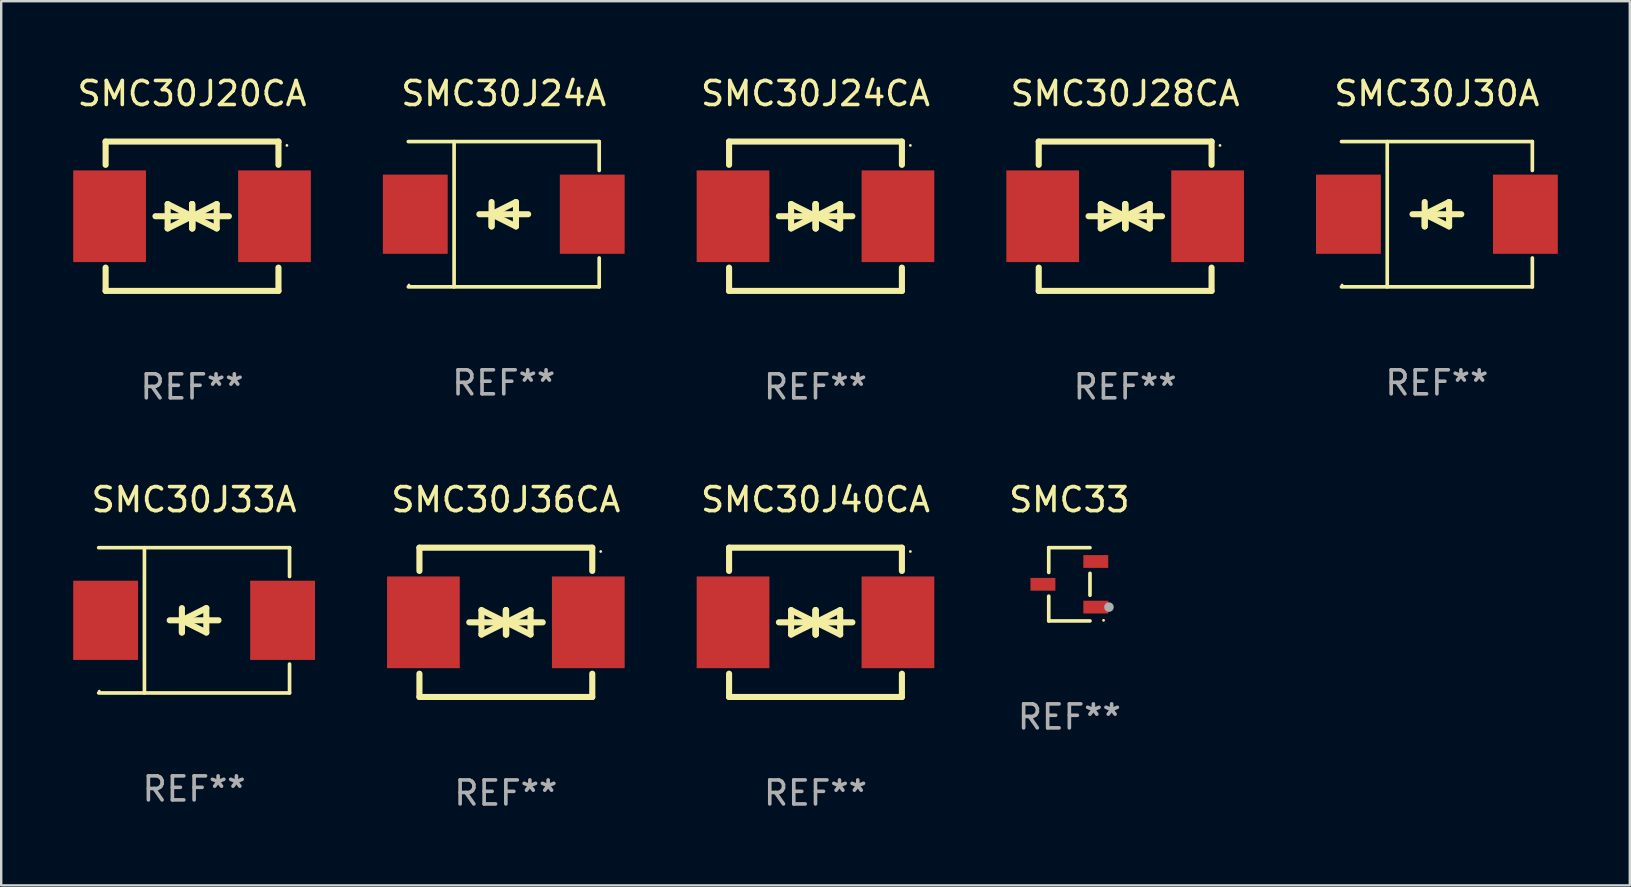
<source format=kicad_pcb>
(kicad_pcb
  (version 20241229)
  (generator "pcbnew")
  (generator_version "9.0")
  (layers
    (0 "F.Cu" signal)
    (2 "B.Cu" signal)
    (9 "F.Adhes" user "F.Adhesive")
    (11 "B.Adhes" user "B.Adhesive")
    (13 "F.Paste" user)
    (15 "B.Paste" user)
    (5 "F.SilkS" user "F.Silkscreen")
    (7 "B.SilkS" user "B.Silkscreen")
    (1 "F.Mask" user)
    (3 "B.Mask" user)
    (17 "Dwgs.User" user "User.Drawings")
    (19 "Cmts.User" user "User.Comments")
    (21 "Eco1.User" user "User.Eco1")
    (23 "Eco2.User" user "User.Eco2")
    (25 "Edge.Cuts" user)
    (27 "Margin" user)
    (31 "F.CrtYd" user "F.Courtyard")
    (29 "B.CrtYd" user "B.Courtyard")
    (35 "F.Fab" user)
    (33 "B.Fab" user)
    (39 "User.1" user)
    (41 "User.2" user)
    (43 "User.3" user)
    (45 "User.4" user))
  (footprint "SMC30J24CA"
    (layer "F.Cu")
    (at 30.922 5.958)
    (property "Reference" "SMC30J24CA" (at 0 -5.11 0) (layer "F.SilkS") (effects (font (size 1 1) (thickness 0.15))))
    (attr through_hole)
    (fp_line (start -3.6 -2.141) (end -3.6 -3.11) (stroke (width 0.254) (type solid)) (layer "F.SilkS"))
    (fp_line (start -3.6 3.11) (end -3.6 2.141) (stroke (width 0.254) (type solid)) (layer "F.SilkS"))
    (fp_line (start -1.524 0) (end 0.508 0) (stroke (width 0.254) (type solid)) (layer "F.SilkS"))
    (fp_line (start -1.016 -0.508) (end -1.016 0.508) (stroke (width 0.254) (type solid)) (layer "F.SilkS"))
    (fp_line (start -1.016 0.508) (end 0 0) (stroke (width 0.254) (type solid)) (layer "F.SilkS"))
    (fp_line (start 0 -0.508) (end 0 0.508) (stroke (width 0.254) (type solid)) (layer "F.SilkS"))
    (fp_line (start 0 0) (end -1.016 -0.508) (stroke (width 0.254) (type solid)) (layer "F.SilkS"))
    (fp_line (start 0 0) (end 0 -0.508) (stroke (width 0.254) (type solid)) (layer "F.SilkS"))
    (fp_line (start 0.012 0) (end 0.012 0.508) (stroke (width 0.254) (type solid)) (layer "F.SilkS"))
    (fp_line (start 0.012 0) (end 1.028 0.508) (stroke (width 0.254) (type solid)) (layer "F.SilkS"))
    (fp_line (start 0.012 0.508) (end 0.012 -0.508) (stroke (width 0.254) (type solid)) (layer "F.SilkS"))
    (fp_line (start 1.028 -0.508) (end 0.012 0) (stroke (width 0.254) (type solid)) (layer "F.SilkS"))
    (fp_line (start 1.028 0.508) (end 1.028 -0.508) (stroke (width 0.254) (type solid)) (layer "F.SilkS"))
    (fp_line (start 1.536 0) (end -0.496 0) (stroke (width 0.254) (type solid)) (layer "F.SilkS"))
    (fp_line (start 3.6 -3.11) (end -3.6 -3.11) (stroke (width 0.254) (type solid)) (layer "F.SilkS"))
    (fp_line (start 3.6 -2.141) (end 3.6 -3.11) (stroke (width 0.254) (type solid)) (layer "F.SilkS"))
    (fp_line (start 3.6 3.11) (end -3.6 3.11) (stroke (width 0.254) (type solid)) (layer "F.SilkS"))
    (fp_line (start 3.6 3.11) (end 3.6 2.141) (stroke (width 0.254) (type solid)) (layer "F.SilkS"))
    (fp_circle (center 3.952 -2.95) (end 3.982 -2.95) (stroke (width 0.06) (type solid)) (fill no) (layer "F.SilkS"))
    (fp_text user "REF**" (at 0 7.11 0) (layer "F.Fab") (effects (font (size 1 1) (thickness 0.15))))
    (pad "1" smd rect (at 3.435 0) (size 3.03 3.82) (layers "F.Cu" "F.Mask" "F.Paste"))
    (pad "2" smd rect (at -3.435 0) (size 3.03 3.82) (layers "F.Cu" "F.Mask" "F.Paste")))
  (footprint "SMC30J28CA"
    (layer "F.Cu")
    (at 43.822 5.958)
    (property "Reference" "SMC30J28CA" (at 0 -5.11 0) (layer "F.SilkS") (effects (font (size 1 1) (thickness 0.15))))
    (attr through_hole)
    (fp_line (start -3.6 -2.141) (end -3.6 -3.11) (stroke (width 0.254) (type solid)) (layer "F.SilkS"))
    (fp_line (start -3.6 3.11) (end -3.6 2.141) (stroke (width 0.254) (type solid)) (layer "F.SilkS"))
    (fp_line (start -1.524 0) (end 0.508 0) (stroke (width 0.254) (type solid)) (layer "F.SilkS"))
    (fp_line (start -1.016 -0.508) (end -1.016 0.508) (stroke (width 0.254) (type solid)) (layer "F.SilkS"))
    (fp_line (start -1.016 0.508) (end 0 0) (stroke (width 0.254) (type solid)) (layer "F.SilkS"))
    (fp_line (start 0 -0.508) (end 0 0.508) (stroke (width 0.254) (type solid)) (layer "F.SilkS"))
    (fp_line (start 0 0) (end -1.016 -0.508) (stroke (width 0.254) (type solid)) (layer "F.SilkS"))
    (fp_line (start 0 0) (end 0 -0.508) (stroke (width 0.254) (type solid)) (layer "F.SilkS"))
    (fp_line (start 0.012 0) (end 0.012 0.508) (stroke (width 0.254) (type solid)) (layer "F.SilkS"))
    (fp_line (start 0.012 0) (end 1.028 0.508) (stroke (width 0.254) (type solid)) (layer "F.SilkS"))
    (fp_line (start 0.012 0.508) (end 0.012 -0.508) (stroke (width 0.254) (type solid)) (layer "F.SilkS"))
    (fp_line (start 1.028 -0.508) (end 0.012 0) (stroke (width 0.254) (type solid)) (layer "F.SilkS"))
    (fp_line (start 1.028 0.508) (end 1.028 -0.508) (stroke (width 0.254) (type solid)) (layer "F.SilkS"))
    (fp_line (start 1.536 0) (end -0.496 0) (stroke (width 0.254) (type solid)) (layer "F.SilkS"))
    (fp_line (start 3.6 -3.11) (end -3.6 -3.11) (stroke (width 0.254) (type solid)) (layer "F.SilkS"))
    (fp_line (start 3.6 -2.141) (end 3.6 -3.11) (stroke (width 0.254) (type solid)) (layer "F.SilkS"))
    (fp_line (start 3.6 3.11) (end -3.6 3.11) (stroke (width 0.254) (type solid)) (layer "F.SilkS"))
    (fp_line (start 3.6 3.11) (end 3.6 2.141) (stroke (width 0.254) (type solid)) (layer "F.SilkS"))
    (fp_circle (center 3.952 -2.95) (end 3.982 -2.95) (stroke (width 0.06) (type solid)) (fill no) (layer "F.SilkS"))
    (fp_text user "REF**" (at 0 7.11 0) (layer "F.Fab") (effects (font (size 1 1) (thickness 0.15))))
    (pad "1" smd rect (at 3.435 0) (size 3.03 3.82) (layers "F.Cu" "F.Mask" "F.Paste"))
    (pad "2" smd rect (at -3.435 0) (size 3.03 3.82) (layers "F.Cu" "F.Mask" "F.Paste")))
  (footprint "SMC33"
    (layer "F.Cu")
    (at 41.498 21.291)
    (property "Reference" "SMC33" (at 0 -3.526 0) (layer "F.SilkS") (effects (font (size 1 1) (thickness 0.15))))
    (attr through_hole)
    (fp_line (start -0.859 -1.526) (end -0.859 -0.495) (stroke (width 0.152) (type solid)) (layer "F.SilkS"))
    (fp_line (start -0.859 1.526) (end -0.859 0.495) (stroke (width 0.152) (type solid)) (layer "F.SilkS"))
    (fp_line (start 0.859 -1.526) (end -0.859 -1.526) (stroke (width 0.152) (type solid)) (layer "F.SilkS"))
    (fp_line (start 0.859 -0.455) (end 0.859 0.455) (stroke (width 0.152) (type solid)) (layer "F.SilkS"))
    (fp_line (start 0.859 1.526) (end -0.859 1.526) (stroke (width 0.152) (type solid)) (layer "F.SilkS"))
    (fp_circle (center 1.425 1.5) (end 1.455 1.5) (stroke (width 0.06) (type solid)) (fill no) (layer "F.SilkS"))
    (fp_circle (center 1.65 0.95) (end 1.75 0.95) (stroke (width 0.2) (type solid)) (fill no) (layer "F.Fab"))
    (fp_text user "REF**" (at 0 5.526 0) (layer "F.Fab") (effects (font (size 1 1) (thickness 0.15))))
    (pad "1" smd rect (at 1.101 0.95) (size 1.037 0.532) (layers "F.Cu" "F.Mask" "F.Paste"))
    (pad "2" smd rect (at 1.101 -0.95) (size 1.037 0.532) (layers "F.Cu" "F.Mask" "F.Paste"))
    (pad "3" smd rect (at -1.101 0) (size 1.037 0.532) (layers "F.Cu" "F.Mask" "F.Paste")))
  (footprint "SMC30J30A"
    (layer "F.Cu")
    (at 56.809 5.874)
    (property "Reference" "SMC30J30A" (at 0 -5.026 0) (layer "F.SilkS") (effects (font (size 1 1) (thickness 0.15))))
    (attr through_hole)
    (fp_line (start -3.976 -3.026) (end 3.976 -3.026) (stroke (width 0.152) (type solid)) (layer "F.SilkS"))
    (fp_line (start -3.976 3.026) (end 3.976 3.026) (stroke (width 0.152) (type solid)) (layer "F.SilkS"))
    (fp_line (start -2.069 -3.026) (end -2.069 3.026) (stroke (width 0.152) (type solid)) (layer "F.SilkS"))
    (fp_line (start -0.508 0) (end -0.508 0.508) (stroke (width 0.254) (type solid)) (layer "F.SilkS"))
    (fp_line (start -0.508 0) (end 0.508 0.508) (stroke (width 0.254) (type solid)) (layer "F.SilkS"))
    (fp_line (start -0.508 0.508) (end -0.508 -0.508) (stroke (width 0.254) (type solid)) (layer "F.SilkS"))
    (fp_line (start 0.508 -0.508) (end -0.508 0) (stroke (width 0.254) (type solid)) (layer "F.SilkS"))
    (fp_line (start 0.508 0.508) (end 0.508 -0.508) (stroke (width 0.254) (type solid)) (layer "F.SilkS"))
    (fp_line (start 1.016 0) (end -1.016 0) (stroke (width 0.254) (type solid)) (layer "F.SilkS"))
    (fp_line (start 3.976 -3.026) (end 3.976 -1.823) (stroke (width 0.152) (type solid)) (layer "F.SilkS"))
    (fp_line (start 3.976 3.026) (end 3.976 1.823) (stroke (width 0.152) (type solid)) (layer "F.SilkS"))
    (fp_circle (center -3.95 2.95) (end -3.92 2.95) (stroke (width 0.06) (type solid)) (fill no) (layer "F.SilkS"))
    (fp_text user "REF**" (at 0 7.026 0) (layer "F.Fab") (effects (font (size 1 1) (thickness 0.15))))
    (pad "1" smd rect (at -3.686 0) (size 2.7 3.3) (layers "F.Cu" "F.Mask" "F.Paste"))
    (pad "2" smd rect (at 3.686 0) (size 2.7 3.3) (layers "F.Cu" "F.Mask" "F.Paste")))
  (footprint "SMC30J40CA"
    (layer "F.Cu")
    (at 30.922 22.875)
    (property "Reference" "SMC30J40CA" (at 0 -5.11 0) (layer "F.SilkS") (effects (font (size 1 1) (thickness 0.15))))
    (attr through_hole)
    (fp_line (start -3.6 -2.141) (end -3.6 -3.11) (stroke (width 0.254) (type solid)) (layer "F.SilkS"))
    (fp_line (start -3.6 3.11) (end -3.6 2.141) (stroke (width 0.254) (type solid)) (layer "F.SilkS"))
    (fp_line (start -1.524 0) (end 0.508 0) (stroke (width 0.254) (type solid)) (layer "F.SilkS"))
    (fp_line (start -1.016 -0.508) (end -1.016 0.508) (stroke (width 0.254) (type solid)) (layer "F.SilkS"))
    (fp_line (start -1.016 0.508) (end 0 0) (stroke (width 0.254) (type solid)) (layer "F.SilkS"))
    (fp_line (start 0 -0.508) (end 0 0.508) (stroke (width 0.254) (type solid)) (layer "F.SilkS"))
    (fp_line (start 0 0) (end -1.016 -0.508) (stroke (width 0.254) (type solid)) (layer "F.SilkS"))
    (fp_line (start 0 0) (end 0 -0.508) (stroke (width 0.254) (type solid)) (layer "F.SilkS"))
    (fp_line (start 0.012 0) (end 0.012 0.508) (stroke (width 0.254) (type solid)) (layer "F.SilkS"))
    (fp_line (start 0.012 0) (end 1.028 0.508) (stroke (width 0.254) (type solid)) (layer "F.SilkS"))
    (fp_line (start 0.012 0.508) (end 0.012 -0.508) (stroke (width 0.254) (type solid)) (layer "F.SilkS"))
    (fp_line (start 1.028 -0.508) (end 0.012 0) (stroke (width 0.254) (type solid)) (layer "F.SilkS"))
    (fp_line (start 1.028 0.508) (end 1.028 -0.508) (stroke (width 0.254) (type solid)) (layer "F.SilkS"))
    (fp_line (start 1.536 0) (end -0.496 0) (stroke (width 0.254) (type solid)) (layer "F.SilkS"))
    (fp_line (start 3.6 -3.11) (end -3.6 -3.11) (stroke (width 0.254) (type solid)) (layer "F.SilkS"))
    (fp_line (start 3.6 -2.141) (end 3.6 -3.11) (stroke (width 0.254) (type solid)) (layer "F.SilkS"))
    (fp_line (start 3.6 3.11) (end -3.6 3.11) (stroke (width 0.254) (type solid)) (layer "F.SilkS"))
    (fp_line (start 3.6 3.11) (end 3.6 2.141) (stroke (width 0.254) (type solid)) (layer "F.SilkS"))
    (fp_circle (center 3.952 -2.95) (end 3.982 -2.95) (stroke (width 0.06) (type solid)) (fill no) (layer "F.SilkS"))
    (fp_text user "REF**" (at 0 7.11 0) (layer "F.Fab") (effects (font (size 1 1) (thickness 0.15))))
    (pad "1" smd rect (at 3.435 0) (size 3.03 3.82) (layers "F.Cu" "F.Mask" "F.Paste"))
    (pad "2" smd rect (at -3.435 0) (size 3.03 3.82) (layers "F.Cu" "F.Mask" "F.Paste")))
  (footprint "SMC30J24A"
    (layer "F.Cu")
    (at 17.936 5.874)
    (property "Reference" "SMC30J24A" (at 0 -5.026 0) (layer "F.SilkS") (effects (font (size 1 1) (thickness 0.15))))
    (attr through_hole)
    (fp_line (start -3.976 -3.026) (end 3.976 -3.026) (stroke (width 0.152) (type solid)) (layer "F.SilkS"))
    (fp_line (start -3.976 3.026) (end 3.976 3.026) (stroke (width 0.152) (type solid)) (layer "F.SilkS"))
    (fp_line (start -2.069 -3.026) (end -2.069 3.026) (stroke (width 0.152) (type solid)) (layer "F.SilkS"))
    (fp_line (start -0.508 0) (end -0.508 0.508) (stroke (width 0.254) (type solid)) (layer "F.SilkS"))
    (fp_line (start -0.508 0) (end 0.508 0.508) (stroke (width 0.254) (type solid)) (layer "F.SilkS"))
    (fp_line (start -0.508 0.508) (end -0.508 -0.508) (stroke (width 0.254) (type solid)) (layer "F.SilkS"))
    (fp_line (start 0.508 -0.508) (end -0.508 0) (stroke (width 0.254) (type solid)) (layer "F.SilkS"))
    (fp_line (start 0.508 0.508) (end 0.508 -0.508) (stroke (width 0.254) (type solid)) (layer "F.SilkS"))
    (fp_line (start 1.016 0) (end -1.016 0) (stroke (width 0.254) (type solid)) (layer "F.SilkS"))
    (fp_line (start 3.976 -3.026) (end 3.976 -1.823) (stroke (width 0.152) (type solid)) (layer "F.SilkS"))
    (fp_line (start 3.976 3.026) (end 3.976 1.823) (stroke (width 0.152) (type solid)) (layer "F.SilkS"))
    (fp_circle (center -3.95 2.95) (end -3.92 2.95) (stroke (width 0.06) (type solid)) (fill no) (layer "F.SilkS"))
    (fp_text user "REF**" (at 0 7.026 0) (layer "F.Fab") (effects (font (size 1 1) (thickness 0.15))))
    (pad "1" smd rect (at -3.686 0) (size 2.7 3.3) (layers "F.Cu" "F.Mask" "F.Paste"))
    (pad "2" smd rect (at 3.686 0) (size 2.7 3.3) (layers "F.Cu" "F.Mask" "F.Paste")))
  (footprint "SMC30J36CA"
    (layer "F.Cu")
    (at 18.023 22.875)
    (property "Reference" "SMC30J36CA" (at 0 -5.11 0) (layer "F.SilkS") (effects (font (size 1 1) (thickness 0.15))))
    (attr through_hole)
    (fp_line (start -3.6 -2.141) (end -3.6 -3.11) (stroke (width 0.254) (type solid)) (layer "F.SilkS"))
    (fp_line (start -3.6 3.11) (end -3.6 2.141) (stroke (width 0.254) (type solid)) (layer "F.SilkS"))
    (fp_line (start -1.524 0) (end 0.508 0) (stroke (width 0.254) (type solid)) (layer "F.SilkS"))
    (fp_line (start -1.016 -0.508) (end -1.016 0.508) (stroke (width 0.254) (type solid)) (layer "F.SilkS"))
    (fp_line (start -1.016 0.508) (end 0 0) (stroke (width 0.254) (type solid)) (layer "F.SilkS"))
    (fp_line (start 0 -0.508) (end 0 0.508) (stroke (width 0.254) (type solid)) (layer "F.SilkS"))
    (fp_line (start 0 0) (end -1.016 -0.508) (stroke (width 0.254) (type solid)) (layer "F.SilkS"))
    (fp_line (start 0 0) (end 0 -0.508) (stroke (width 0.254) (type solid)) (layer "F.SilkS"))
    (fp_line (start 0.012 0) (end 0.012 0.508) (stroke (width 0.254) (type solid)) (layer "F.SilkS"))
    (fp_line (start 0.012 0) (end 1.028 0.508) (stroke (width 0.254) (type solid)) (layer "F.SilkS"))
    (fp_line (start 0.012 0.508) (end 0.012 -0.508) (stroke (width 0.254) (type solid)) (layer "F.SilkS"))
    (fp_line (start 1.028 -0.508) (end 0.012 0) (stroke (width 0.254) (type solid)) (layer "F.SilkS"))
    (fp_line (start 1.028 0.508) (end 1.028 -0.508) (stroke (width 0.254) (type solid)) (layer "F.SilkS"))
    (fp_line (start 1.536 0) (end -0.496 0) (stroke (width 0.254) (type solid)) (layer "F.SilkS"))
    (fp_line (start 3.6 -3.11) (end -3.6 -3.11) (stroke (width 0.254) (type solid)) (layer "F.SilkS"))
    (fp_line (start 3.6 -2.141) (end 3.6 -3.11) (stroke (width 0.254) (type solid)) (layer "F.SilkS"))
    (fp_line (start 3.6 3.11) (end -3.6 3.11) (stroke (width 0.254) (type solid)) (layer "F.SilkS"))
    (fp_line (start 3.6 3.11) (end 3.6 2.141) (stroke (width 0.254) (type solid)) (layer "F.SilkS"))
    (fp_circle (center 3.952 -2.95) (end 3.982 -2.95) (stroke (width 0.06) (type solid)) (fill no) (layer "F.SilkS"))
    (fp_text user "REF**" (at 0 7.11 0) (layer "F.Fab") (effects (font (size 1 1) (thickness 0.15))))
    (pad "1" smd rect (at 3.435 0) (size 3.03 3.82) (layers "F.Cu" "F.Mask" "F.Paste"))
    (pad "2" smd rect (at -3.435 0) (size 3.03 3.82) (layers "F.Cu" "F.Mask" "F.Paste")))
  (footprint "SMC30J20CA"
    (layer "F.Cu")
    (at 4.95 5.958)
    (property "Reference" "SMC30J20CA" (at 0 -5.11 0) (layer "F.SilkS") (effects (font (size 1 1) (thickness 0.15))))
    (attr through_hole)
    (fp_line (start -3.6 -2.141) (end -3.6 -3.11) (stroke (width 0.254) (type solid)) (layer "F.SilkS"))
    (fp_line (start -3.6 3.11) (end -3.6 2.141) (stroke (width 0.254) (type solid)) (layer "F.SilkS"))
    (fp_line (start -1.524 0) (end 0.508 0) (stroke (width 0.254) (type solid)) (layer "F.SilkS"))
    (fp_line (start -1.016 -0.508) (end -1.016 0.508) (stroke (width 0.254) (type solid)) (layer "F.SilkS"))
    (fp_line (start -1.016 0.508) (end 0 0) (stroke (width 0.254) (type solid)) (layer "F.SilkS"))
    (fp_line (start 0 -0.508) (end 0 0.508) (stroke (width 0.254) (type solid)) (layer "F.SilkS"))
    (fp_line (start 0 0) (end -1.016 -0.508) (stroke (width 0.254) (type solid)) (layer "F.SilkS"))
    (fp_line (start 0 0) (end 0 -0.508) (stroke (width 0.254) (type solid)) (layer "F.SilkS"))
    (fp_line (start 0.012 0) (end 0.012 0.508) (stroke (width 0.254) (type solid)) (layer "F.SilkS"))
    (fp_line (start 0.012 0) (end 1.028 0.508) (stroke (width 0.254) (type solid)) (layer "F.SilkS"))
    (fp_line (start 0.012 0.508) (end 0.012 -0.508) (stroke (width 0.254) (type solid)) (layer "F.SilkS"))
    (fp_line (start 1.028 -0.508) (end 0.012 0) (stroke (width 0.254) (type solid)) (layer "F.SilkS"))
    (fp_line (start 1.028 0.508) (end 1.028 -0.508) (stroke (width 0.254) (type solid)) (layer "F.SilkS"))
    (fp_line (start 1.536 0) (end -0.496 0) (stroke (width 0.254) (type solid)) (layer "F.SilkS"))
    (fp_line (start 3.6 -3.11) (end -3.6 -3.11) (stroke (width 0.254) (type solid)) (layer "F.SilkS"))
    (fp_line (start 3.6 -2.141) (end 3.6 -3.11) (stroke (width 0.254) (type solid)) (layer "F.SilkS"))
    (fp_line (start 3.6 3.11) (end -3.6 3.11) (stroke (width 0.254) (type solid)) (layer "F.SilkS"))
    (fp_line (start 3.6 3.11) (end 3.6 2.141) (stroke (width 0.254) (type solid)) (layer "F.SilkS"))
    (fp_circle (center 3.952 -2.95) (end 3.982 -2.95) (stroke (width 0.06) (type solid)) (fill no) (layer "F.SilkS"))
    (fp_text user "REF**" (at 0 7.11 0) (layer "F.Fab") (effects (font (size 1 1) (thickness 0.15))))
    (pad "1" smd rect (at 3.435 0) (size 3.03 3.82) (layers "F.Cu" "F.Mask" "F.Paste"))
    (pad "2" smd rect (at -3.435 0) (size 3.03 3.82) (layers "F.Cu" "F.Mask" "F.Paste")))
  (footprint "SMC30J33A"
    (layer "F.Cu")
    (at 5.036 22.791)
    (property "Reference" "SMC30J33A" (at 0 -5.026 0) (layer "F.SilkS") (effects (font (size 1 1) (thickness 0.15))))
    (attr through_hole)
    (fp_line (start -3.976 -3.026) (end 3.976 -3.026) (stroke (width 0.152) (type solid)) (layer "F.SilkS"))
    (fp_line (start -3.976 3.026) (end 3.976 3.026) (stroke (width 0.152) (type solid)) (layer "F.SilkS"))
    (fp_line (start -2.069 -3.026) (end -2.069 3.026) (stroke (width 0.152) (type solid)) (layer "F.SilkS"))
    (fp_line (start -0.508 0) (end -0.508 0.508) (stroke (width 0.254) (type solid)) (layer "F.SilkS"))
    (fp_line (start -0.508 0) (end 0.508 0.508) (stroke (width 0.254) (type solid)) (layer "F.SilkS"))
    (fp_line (start -0.508 0.508) (end -0.508 -0.508) (stroke (width 0.254) (type solid)) (layer "F.SilkS"))
    (fp_line (start 0.508 -0.508) (end -0.508 0) (stroke (width 0.254) (type solid)) (layer "F.SilkS"))
    (fp_line (start 0.508 0.508) (end 0.508 -0.508) (stroke (width 0.254) (type solid)) (layer "F.SilkS"))
    (fp_line (start 1.016 0) (end -1.016 0) (stroke (width 0.254) (type solid)) (layer "F.SilkS"))
    (fp_line (start 3.976 -3.026) (end 3.976 -1.823) (stroke (width 0.152) (type solid)) (layer "F.SilkS"))
    (fp_line (start 3.976 3.026) (end 3.976 1.823) (stroke (width 0.152) (type solid)) (layer "F.SilkS"))
    (fp_circle (center -3.95 2.95) (end -3.92 2.95) (stroke (width 0.06) (type solid)) (fill no) (layer "F.SilkS"))
    (fp_text user "REF**" (at 0 7.026 0) (layer "F.Fab") (effects (font (size 1 1) (thickness 0.15))))
    (pad "1" smd rect (at -3.686 0) (size 2.7 3.3) (layers "F.Cu" "F.Mask" "F.Paste"))
    (pad "2" smd rect (at 3.686 0) (size 2.7 3.3) (layers "F.Cu" "F.Mask" "F.Paste")))
  (gr_rect
    (start -3 -3)
    (end 64.845 33.833)
    (stroke (width 0.1) (type default))
    (fill no)
    (layer "Edge.Cuts")))
</source>
